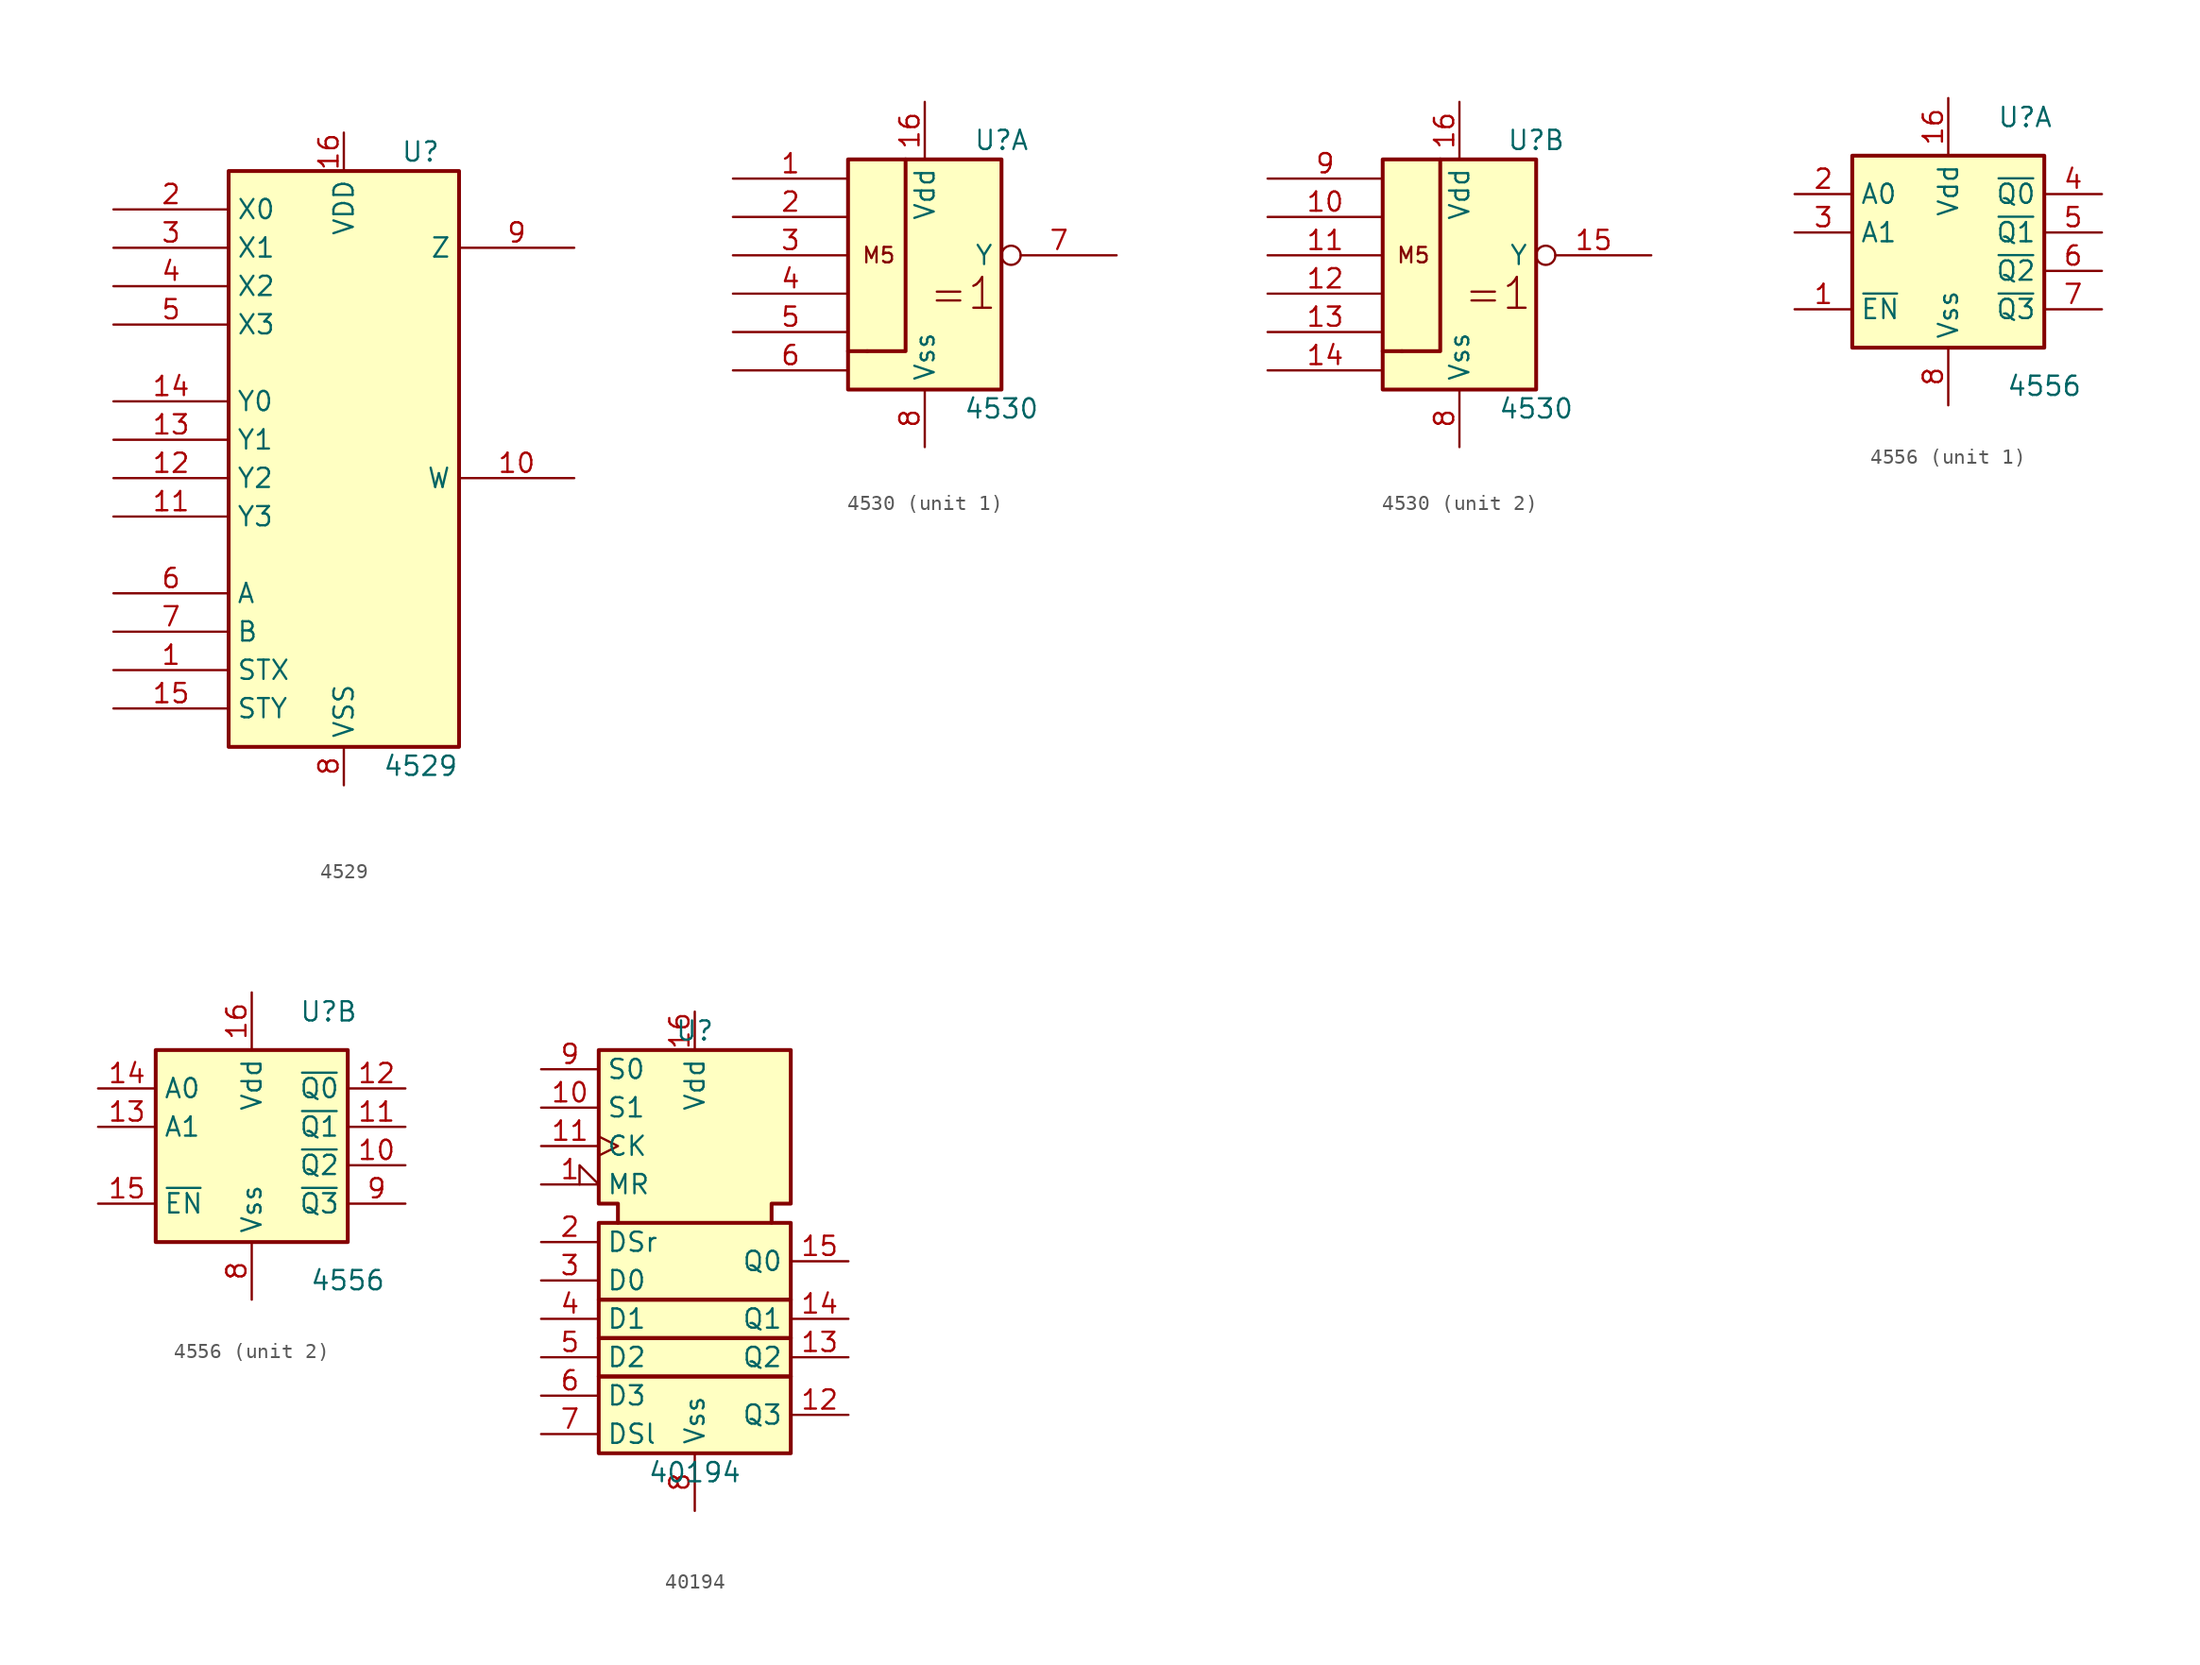
<source format=kicad_sym>
(kicad_symbol_lib
  (version 20231120)
  (generator "kicad_symbol_editor")
  (generator_version "8.0")
  (symbol "4529"
    (property "Reference" "U"
      (at 5.08 21.59 0)
      (effects (font (size 1.27 1.27))))
    (property "Value" "4529"
      (at 5.08 -19.05 0)
      (effects (font (size 1.27 1.27))))
    (symbol "4529_0_1"
      (rectangle (start -7.62 20.32) (end 7.62 -17.78) (stroke (width 0.254) (type default)) (fill (type background))))
    (symbol "4529_1_1"
      (pin input line (at -15.24 -12.7 0) (length 7.62) (name "STX" (effects (font (size 1.27 1.27)))) (number "1" (effects (font (size 1.27 1.27)))))
      (pin tri_state line (at 15.24 0 180) (length 7.62) (name "W" (effects (font (size 1.27 1.27)))) (number "10" (effects (font (size 1.27 1.27)))))
      (pin input line (at -15.24 -2.54 0) (length 7.62) (name "Y3" (effects (font (size 1.27 1.27)))) (number "11" (effects (font (size 1.27 1.27)))))
      (pin input line (at -15.24 0 0) (length 7.62) (name "Y2" (effects (font (size 1.27 1.27)))) (number "12" (effects (font (size 1.27 1.27)))))
      (pin input line (at -15.24 2.54 0) (length 7.62) (name "Y1" (effects (font (size 1.27 1.27)))) (number "13" (effects (font (size 1.27 1.27)))))
      (pin input line (at -15.24 5.08 0) (length 7.62) (name "Y0" (effects (font (size 1.27 1.27)))) (number "14" (effects (font (size 1.27 1.27)))))
      (pin input line (at -15.24 -15.24 0) (length 7.62) (name "STY" (effects (font (size 1.27 1.27)))) (number "15" (effects (font (size 1.27 1.27)))))
      (pin power_in line (at 0 22.86 270) (length 2.54) (name "VDD" (effects (font (size 1.27 1.27)))) (number "16" (effects (font (size 1.27 1.27)))))
      (pin input line (at -15.24 17.78 0) (length 7.62) (name "X0" (effects (font (size 1.27 1.27)))) (number "2" (effects (font (size 1.27 1.27)))))
      (pin input line (at -15.24 15.24 0) (length 7.62) (name "X1" (effects (font (size 1.27 1.27)))) (number "3" (effects (font (size 1.27 1.27)))))
      (pin input line (at -15.24 12.7 0) (length 7.62) (name "X2" (effects (font (size 1.27 1.27)))) (number "4" (effects (font (size 1.27 1.27)))))
      (pin input line (at -15.24 10.16 0) (length 7.62) (name "X3" (effects (font (size 1.27 1.27)))) (number "5" (effects (font (size 1.27 1.27)))))
      (pin input line (at -15.24 -7.62 0) (length 7.62) (name "A" (effects (font (size 1.27 1.27)))) (number "6" (effects (font (size 1.27 1.27)))))
      (pin input line (at -15.24 -10.16 0) (length 7.62) (name "B" (effects (font (size 1.27 1.27)))) (number "7" (effects (font (size 1.27 1.27)))))
      (pin power_in line (at 0 -20.32 90) (length 2.54) (name "VSS" (effects (font (size 1.27 1.27)))) (number "8" (effects (font (size 1.27 1.27)))))
      (pin tri_state line (at 15.24 15.24 180) (length 7.62) (name "Z" (effects (font (size 1.27 1.27)))) (number "9" (effects (font (size 1.27 1.27)))))))
  (symbol "4530"
    (property "Reference" "U"
      (at 5.08 7.62 0)
      (effects (font (size 1.27 1.27))))
    (property "Value" "4530"
      (at 5.08 -10.16 0)
      (effects (font (size 1.27 1.27))))
    (symbol "4530_0_0"
      (polyline (pts (xy -3.81 -6.35) (xy -5.08 -6.35) (xy -5.08 -6.35)) (stroke (width 0.254) (type default)) (fill (type background)))
      (text "=1" (at 2.54 -2.54 0) (effects (font (size 2.032 2.032))))
      (text "M5" (at -3.048 0 0) (effects (font (size 1.016 1.016))))
      (pin power_in line (at 0 10.16 270) (length 3.81) (name "Vdd" (effects (font (size 1.27 1.27)))) (number "16" (effects (font (size 1.27 1.27)))))
      (pin power_in line (at 0 -12.7 90) (length 3.81) (name "Vss" (effects (font (size 1.27 1.27)))) (number "8" (effects (font (size 1.27 1.27))))))
    (symbol "4530_0_1"
      (rectangle (start -5.08 6.35) (end 5.08 -8.89) (stroke (width 0.254) (type default)) (fill (type background)))
      (polyline (pts (xy -1.27 6.35) (xy -1.27 -6.35) (xy -3.81 -6.35) (xy -3.81 -6.35)) (stroke (width 0.254) (type default)) (fill (type background))))
    (symbol "4530_1_1"
      (pin input line (at -12.7 5.08 0) (length 7.62) (name "~" (effects (font (size 1.27 1.27)))) (number "1" (effects (font (size 1.27 1.27)))))
      (pin input line (at -12.7 2.54 0) (length 7.62) (name "~" (effects (font (size 1.27 1.27)))) (number "2" (effects (font (size 1.27 1.27)))))
      (pin input line (at -12.7 0 0) (length 7.62) (name "~" (effects (font (size 1.27 1.27)))) (number "3" (effects (font (size 1.27 1.27)))))
      (pin input line (at -12.7 -2.54 0) (length 7.62) (name "~" (effects (font (size 1.27 1.27)))) (number "4" (effects (font (size 1.27 1.27)))))
      (pin input line (at -12.7 -5.08 0) (length 7.62) (name "~" (effects (font (size 1.27 1.27)))) (number "5" (effects (font (size 1.27 1.27)))))
      (pin input line (at -12.7 -7.62 0) (length 7.62) (name "~" (effects (font (size 1.27 1.27)))) (number "6" (effects (font (size 1.27 1.27)))))
      (pin output inverted (at 12.7 0 180) (length 7.62) (name "Y" (effects (font (size 1.27 1.27)))) (number "7" (effects (font (size 1.27 1.27))))))
    (symbol "4530_2_1"
      (pin input line (at -12.7 2.54 0) (length 7.62) (name "~" (effects (font (size 1.27 1.27)))) (number "10" (effects (font (size 1.27 1.27)))))
      (pin input line (at -12.7 0 0) (length 7.62) (name "~" (effects (font (size 1.27 1.27)))) (number "11" (effects (font (size 1.27 1.27)))))
      (pin input line (at -12.7 -2.54 0) (length 7.62) (name "~" (effects (font (size 1.27 1.27)))) (number "12" (effects (font (size 1.27 1.27)))))
      (pin input line (at -12.7 -5.08 0) (length 7.62) (name "~" (effects (font (size 1.27 1.27)))) (number "13" (effects (font (size 1.27 1.27)))))
      (pin input line (at -12.7 -7.62 0) (length 7.62) (name "~" (effects (font (size 1.27 1.27)))) (number "14" (effects (font (size 1.27 1.27)))))
      (pin output inverted (at 12.7 0 180) (length 7.62) (name "Y" (effects (font (size 1.27 1.27)))) (number "15" (effects (font (size 1.27 1.27)))))
      (pin input line (at -12.7 5.08 0) (length 7.62) (name "~" (effects (font (size 1.27 1.27)))) (number "9" (effects (font (size 1.27 1.27)))))))
  (symbol "4556"
    (property "Reference" "U"
      (at 5.08 8.89 0)
      (effects (font (size 1.27 1.27))))
    (property "Value" "4556"
      (at 6.35 -8.89 0)
      (effects (font (size 1.27 1.27))))
    (symbol "4556_0_1"
      (rectangle (start -6.35 6.35) (end 6.35 -6.35) (stroke (width 0.254) (type default)) (fill (type background)))
      (pin power_in line (at 0 10.16 270) (length 3.81) (name "Vdd" (effects (font (size 1.27 1.27)))) (number "16" (effects (font (size 1.27 1.27)))))
      (pin power_in line (at 0 -10.16 90) (length 3.81) (name "Vss" (effects (font (size 1.27 1.27)))) (number "8" (effects (font (size 1.27 1.27))))))
    (symbol "4556_1_1"
      (pin input line (at -10.16 -3.81 0) (length 3.81) (name "~{EN}" (effects (font (size 1.27 1.27)))) (number "1" (effects (font (size 1.27 1.27)))))
      (pin input line (at -10.16 3.81 0) (length 3.81) (name "A0" (effects (font (size 1.27 1.27)))) (number "2" (effects (font (size 1.27 1.27)))))
      (pin input line (at -10.16 1.27 0) (length 3.81) (name "A1" (effects (font (size 1.27 1.27)))) (number "3" (effects (font (size 1.27 1.27)))))
      (pin output line (at 10.16 3.81 180) (length 3.81) (name "~{Q0}" (effects (font (size 1.27 1.27)))) (number "4" (effects (font (size 1.27 1.27)))))
      (pin output line (at 10.16 1.27 180) (length 3.81) (name "~{Q1}" (effects (font (size 1.27 1.27)))) (number "5" (effects (font (size 1.27 1.27)))))
      (pin output line (at 10.16 -1.27 180) (length 3.81) (name "~{Q2}" (effects (font (size 1.27 1.27)))) (number "6" (effects (font (size 1.27 1.27)))))
      (pin output line (at 10.16 -3.81 180) (length 3.81) (name "~{Q3}" (effects (font (size 1.27 1.27)))) (number "7" (effects (font (size 1.27 1.27))))))
    (symbol "4556_2_1"
      (pin output line (at 10.16 -1.27 180) (length 3.81) (name "~{Q2}" (effects (font (size 1.27 1.27)))) (number "10" (effects (font (size 1.27 1.27)))))
      (pin output line (at 10.16 1.27 180) (length 3.81) (name "~{Q1}" (effects (font (size 1.27 1.27)))) (number "11" (effects (font (size 1.27 1.27)))))
      (pin output line (at 10.16 3.81 180) (length 3.81) (name "~{Q0}" (effects (font (size 1.27 1.27)))) (number "12" (effects (font (size 1.27 1.27)))))
      (pin input line (at -10.16 1.27 0) (length 3.81) (name "A1" (effects (font (size 1.27 1.27)))) (number "13" (effects (font (size 1.27 1.27)))))
      (pin input line (at -10.16 3.81 0) (length 3.81) (name "A0" (effects (font (size 1.27 1.27)))) (number "14" (effects (font (size 1.27 1.27)))))
      (pin input line (at -10.16 -3.81 0) (length 3.81) (name "~{EN}" (effects (font (size 1.27 1.27)))) (number "15" (effects (font (size 1.27 1.27)))))
      (pin output line (at 10.16 -3.81 180) (length 3.81) (name "~{Q3}" (effects (font (size 1.27 1.27)))) (number "9" (effects (font (size 1.27 1.27)))))))
  (symbol "40194"
    (property "Reference" "U"
      (at 0 13.97 0)
      (effects (font (size 1.27 1.27))))
    (property "Value" "40194"
      (at 0 -15.24 0)
      (effects (font (size 1.27 1.27))))
    (symbol "40194_0_0"
      (rectangle (start -6.35 -8.89) (end 6.35 -13.97) (stroke (width 0.254) (type default)) (fill (type background)))
      (rectangle (start -6.35 -6.35) (end 6.35 -8.89) (stroke (width 0.254) (type default)) (fill (type background))))
    (symbol "40194_0_1"
      (rectangle (start -6.35 -3.81) (end 6.35 -6.35) (stroke (width 0.254) (type default)) (fill (type background)))
      (rectangle (start -6.35 1.27) (end 6.35 -3.81) (stroke (width 0.254) (type default)) (fill (type background)))
      (polyline (pts (xy -5.08 1.27) (xy -5.08 2.54) (xy -6.35 2.54) (xy -6.35 12.7) (xy 6.35 12.7) (xy 6.35 2.54) (xy 5.08 2.54) (xy 5.08 1.27) (xy 5.08 1.27)) (stroke (width 0.254) (type default)) (fill (type background)))
      (pin power_in line (at 0 15.24 270) (length 2.54) (name "Vdd" (effects (font (size 1.27 1.27)))) (number "16" (effects (font (size 1.27 1.27)))))
      (pin power_in line (at 0 -17.78 90) (length 3.81) (name "Vss" (effects (font (size 1.27 1.27)))) (number "8" (effects (font (size 1.27 1.27))))))
    (symbol "40194_1_1"
      (pin input input_low (at -10.16 3.81 0) (length 3.81) (name "MR" (effects (font (size 1.27 1.27)))) (number "1" (effects (font (size 1.27 1.27)))))
      (pin input line (at -10.16 8.89 0) (length 3.81) (name "S1" (effects (font (size 1.27 1.27)))) (number "10" (effects (font (size 1.27 1.27)))))
      (pin input clock (at -10.16 6.35 0) (length 3.81) (name "CK" (effects (font (size 1.27 1.27)))) (number "11" (effects (font (size 1.27 1.27)))))
      (pin output line (at 10.16 -11.43 180) (length 3.81) (name "Q3" (effects (font (size 1.27 1.27)))) (number "12" (effects (font (size 1.27 1.27)))))
      (pin output line (at 10.16 -7.62 180) (length 3.81) (name "Q2" (effects (font (size 1.27 1.27)))) (number "13" (effects (font (size 1.27 1.27)))))
      (pin output line (at 10.16 -5.08 180) (length 3.81) (name "Q1" (effects (font (size 1.27 1.27)))) (number "14" (effects (font (size 1.27 1.27)))))
      (pin output line (at 10.16 -1.27 180) (length 3.81) (name "Q0" (effects (font (size 1.27 1.27)))) (number "15" (effects (font (size 1.27 1.27)))))
      (pin input line (at -10.16 0 0) (length 3.81) (name "DSr" (effects (font (size 1.27 1.27)))) (number "2" (effects (font (size 1.27 1.27)))))
      (pin input line (at -10.16 -2.54 0) (length 3.81) (name "D0" (effects (font (size 1.27 1.27)))) (number "3" (effects (font (size 1.27 1.27)))))
      (pin input line (at -10.16 -5.08 0) (length 3.81) (name "D1" (effects (font (size 1.27 1.27)))) (number "4" (effects (font (size 1.27 1.27)))))
      (pin input line (at -10.16 -7.62 0) (length 3.81) (name "D2" (effects (font (size 1.27 1.27)))) (number "5" (effects (font (size 1.27 1.27)))))
      (pin input line (at -10.16 -10.16 0) (length 3.81) (name "D3" (effects (font (size 1.27 1.27)))) (number "6" (effects (font (size 1.27 1.27)))))
      (pin input line (at -10.16 -12.7 0) (length 3.81) (name "DSl" (effects (font (size 1.27 1.27)))) (number "7" (effects (font (size 1.27 1.27)))))
      (pin input line (at -10.16 11.43 0) (length 3.81) (name "S0" (effects (font (size 1.27 1.27)))) (number "9" (effects (font (size 1.27 1.27))))))))
</source>
